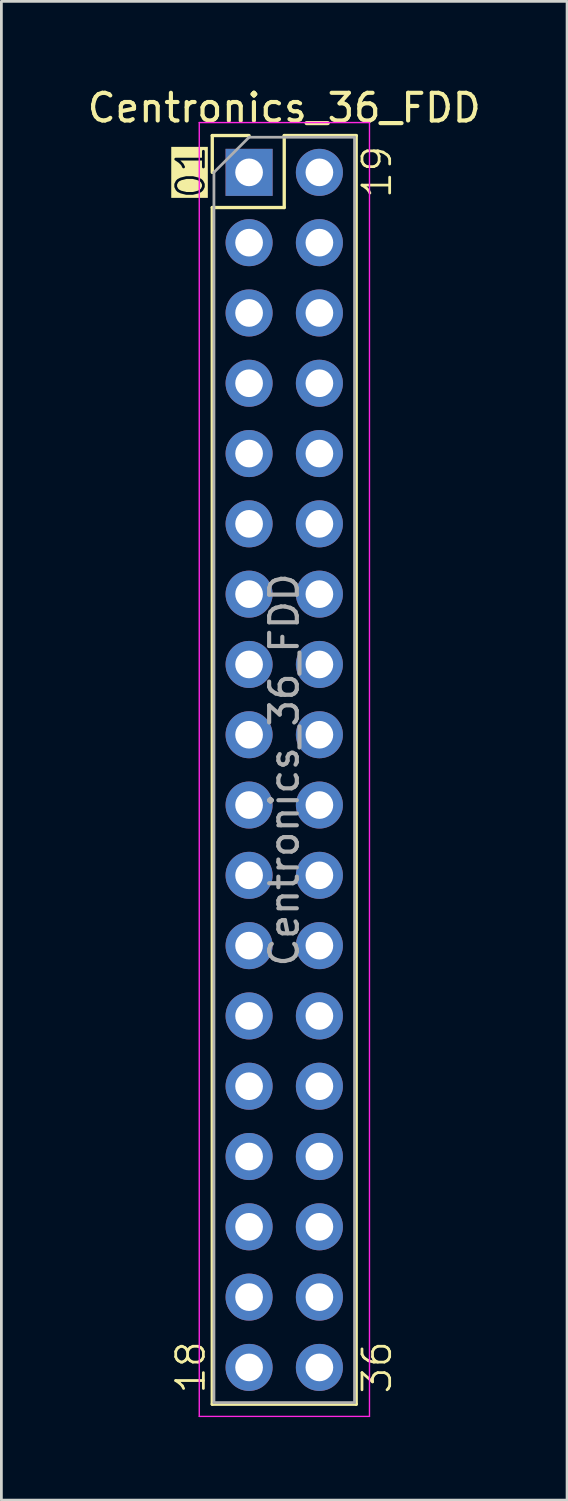
<source format=kicad_pcb>
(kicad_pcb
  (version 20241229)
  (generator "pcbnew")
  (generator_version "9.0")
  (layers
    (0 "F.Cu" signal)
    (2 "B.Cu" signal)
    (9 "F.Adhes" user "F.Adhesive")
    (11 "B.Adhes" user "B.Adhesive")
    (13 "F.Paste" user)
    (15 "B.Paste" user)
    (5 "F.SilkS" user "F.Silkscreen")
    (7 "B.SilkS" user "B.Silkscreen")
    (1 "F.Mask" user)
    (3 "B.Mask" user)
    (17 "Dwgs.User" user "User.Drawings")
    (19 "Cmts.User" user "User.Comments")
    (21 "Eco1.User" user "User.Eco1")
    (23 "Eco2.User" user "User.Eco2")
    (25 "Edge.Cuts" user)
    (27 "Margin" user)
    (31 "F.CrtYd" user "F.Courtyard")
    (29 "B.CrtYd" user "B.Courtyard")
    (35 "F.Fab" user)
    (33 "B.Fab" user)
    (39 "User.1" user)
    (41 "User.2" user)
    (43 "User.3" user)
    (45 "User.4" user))
  (footprint "Centronics_36_FDD"
    (layer "F.Cu")
    (at 5.95 3.178)
    (property "Reference" "Centronics_36_FDD" (at 1.27 -2.33 0) (layer "F.SilkS") (effects (font (size 1 1) (thickness 0.15))))
    (attr through_hole)
    (fp_line (start -1.33 -1.33) (end 0 -1.33) (stroke (width 0.12) (type solid)) (layer "F.SilkS"))
    (fp_line (start -1.33 0) (end -1.33 -1.33) (stroke (width 0.12) (type solid)) (layer "F.SilkS"))
    (fp_line (start -1.33 1.27) (end -1.33 44.51) (stroke (width 0.12) (type solid)) (layer "F.SilkS"))
    (fp_line (start -1.33 1.27) (end 1.27 1.27) (stroke (width 0.12) (type solid)) (layer "F.SilkS"))
    (fp_line (start -1.33 44.51) (end 3.87 44.51) (stroke (width 0.12) (type solid)) (layer "F.SilkS"))
    (fp_line (start 1.27 -1.33) (end 3.87 -1.33) (stroke (width 0.12) (type solid)) (layer "F.SilkS"))
    (fp_line (start 1.27 1.27) (end 1.27 -1.33) (stroke (width 0.12) (type solid)) (layer "F.SilkS"))
    (fp_line (start 3.87 -1.33) (end 3.87 44.51) (stroke (width 0.12) (type solid)) (layer "F.SilkS"))
    (fp_line (start -1.8 -1.8) (end -1.8 44.95) (stroke (width 0.05) (type solid)) (layer "F.CrtYd"))
    (fp_line (start -1.8 44.95) (end 4.35 44.95) (stroke (width 0.05) (type solid)) (layer "F.CrtYd"))
    (fp_line (start 4.35 -1.8) (end -1.8 -1.8) (stroke (width 0.05) (type solid)) (layer "F.CrtYd"))
    (fp_line (start 4.35 44.95) (end 4.35 -1.8) (stroke (width 0.05) (type solid)) (layer "F.CrtYd"))
    (fp_line (start -1.27 0) (end 0 -1.27) (stroke (width 0.1) (type solid)) (layer "F.Fab"))
    (fp_line (start -1.27 44.45) (end -1.27 0) (stroke (width 0.1) (type solid)) (layer "F.Fab"))
    (fp_line (start 0 -1.27) (end 3.81 -1.27) (stroke (width 0.1) (type solid)) (layer "F.Fab"))
    (fp_line (start 3.81 -1.27) (end 3.81 44.45) (stroke (width 0.1) (type solid)) (layer "F.Fab"))
    (fp_line (start 3.81 44.45) (end -1.27 44.45) (stroke (width 0.1) (type solid)) (layer "F.Fab"))
    (fp_text user "18" (at -1.524 44.196 90) (unlocked yes) (layer "F.SilkS") (effects (font (size 1 1) (thickness 0.1)) (justify left bottom)))
    (fp_text user "01" (at -1.524 1.016 90) (unlocked yes) (layer "F.SilkS" knockout) (effects (font (size 1 1) (thickness 0.1)) (justify left bottom)))
    (fp_text user "19" (at 5.207 1.002 90) (unlocked yes) (layer "F.SilkS") (effects (font (size 1 1) (thickness 0.1)) (justify left bottom)))
    (fp_text user "36" (at 5.207 44.196 90) (unlocked yes) (layer "F.SilkS") (effects (font (size 1 1) (thickness 0.1)) (justify left bottom)))
    (fp_text user "${REFERENCE}" (at 1.27 21.59 90) (layer "F.Fab") (effects (font (size 1 1) (thickness 0.15))))
    (pad "1" thru_hole rect (at 0 0) (size 1.7 1.7) (drill 1) (layers "*.Cu" "*.Mask"))
    (pad "2" thru_hole oval (at 0 2.54) (size 1.7 1.7) (drill 1) (layers "*.Cu" "*.Mask"))
    (pad "3" thru_hole oval (at 0 5.08) (size 1.7 1.7) (drill 1) (layers "*.Cu" "*.Mask"))
    (pad "4" thru_hole oval (at 0 7.62) (size 1.7 1.7) (drill 1) (layers "*.Cu" "*.Mask"))
    (pad "5" thru_hole oval (at 0 10.16) (size 1.7 1.7) (drill 1) (layers "*.Cu" "*.Mask"))
    (pad "6" thru_hole oval (at 0 12.7) (size 1.7 1.7) (drill 1) (layers "*.Cu" "*.Mask"))
    (pad "7" thru_hole oval (at 0 15.24) (size 1.7 1.7) (drill 1) (layers "*.Cu" "*.Mask"))
    (pad "8" thru_hole oval (at 0 17.78) (size 1.7 1.7) (drill 1) (layers "*.Cu" "*.Mask"))
    (pad "9" thru_hole oval (at 0 20.32) (size 1.7 1.7) (drill 1) (layers "*.Cu" "*.Mask"))
    (pad "10" thru_hole oval (at 0 22.86) (size 1.7 1.7) (drill 1) (layers "*.Cu" "*.Mask"))
    (pad "11" thru_hole oval (at 0 25.4) (size 1.7 1.7) (drill 1) (layers "*.Cu" "*.Mask"))
    (pad "12" thru_hole oval (at 0 27.94) (size 1.7 1.7) (drill 1) (layers "*.Cu" "*.Mask"))
    (pad "13" thru_hole oval (at 0 30.48) (size 1.7 1.7) (drill 1) (layers "*.Cu" "*.Mask"))
    (pad "14" thru_hole oval (at 0 33.02) (size 1.7 1.7) (drill 1) (layers "*.Cu" "*.Mask"))
    (pad "15" thru_hole oval (at 0 35.56) (size 1.7 1.7) (drill 1) (layers "*.Cu" "*.Mask"))
    (pad "16" thru_hole oval (at 0 38.1) (size 1.7 1.7) (drill 1) (layers "*.Cu" "*.Mask"))
    (pad "17" thru_hole oval (at 0 40.64) (size 1.7 1.7) (drill 1) (layers "*.Cu" "*.Mask"))
    (pad "18" thru_hole oval (at 0 43.18) (size 1.7 1.7) (drill 1) (layers "*.Cu" "*.Mask"))
    (pad "19" thru_hole oval (at 2.54 0) (size 1.7 1.7) (drill 1) (layers "*.Cu" "*.Mask"))
    (pad "20" thru_hole oval (at 2.54 2.54) (size 1.7 1.7) (drill 1) (layers "*.Cu" "*.Mask"))
    (pad "21" thru_hole oval (at 2.54 5.08) (size 1.7 1.7) (drill 1) (layers "*.Cu" "*.Mask"))
    (pad "22" thru_hole oval (at 2.54 7.62) (size 1.7 1.7) (drill 1) (layers "*.Cu" "*.Mask"))
    (pad "23" thru_hole oval (at 2.54 10.16) (size 1.7 1.7) (drill 1) (layers "*.Cu" "*.Mask"))
    (pad "24" thru_hole oval (at 2.54 12.7) (size 1.7 1.7) (drill 1) (layers "*.Cu" "*.Mask"))
    (pad "25" thru_hole oval (at 2.54 15.24) (size 1.7 1.7) (drill 1) (layers "*.Cu" "*.Mask"))
    (pad "26" thru_hole oval (at 2.54 17.78) (size 1.7 1.7) (drill 1) (layers "*.Cu" "*.Mask"))
    (pad "27" thru_hole oval (at 2.54 20.32) (size 1.7 1.7) (drill 1) (layers "*.Cu" "*.Mask"))
    (pad "28" thru_hole oval (at 2.54 22.86) (size 1.7 1.7) (drill 1) (layers "*.Cu" "*.Mask"))
    (pad "29" thru_hole oval (at 2.54 25.4) (size 1.7 1.7) (drill 1) (layers "*.Cu" "*.Mask"))
    (pad "30" thru_hole oval (at 2.54 27.94) (size 1.7 1.7) (drill 1) (layers "*.Cu" "*.Mask"))
    (pad "31" thru_hole oval (at 2.54 30.48) (size 1.7 1.7) (drill 1) (layers "*.Cu" "*.Mask"))
    (pad "32" thru_hole oval (at 2.54 33.02) (size 1.7 1.7) (drill 1) (layers "*.Cu" "*.Mask"))
    (pad "33" thru_hole oval (at 2.54 35.56) (size 1.7 1.7) (drill 1) (layers "*.Cu" "*.Mask"))
    (pad "34" thru_hole oval (at 2.54 38.1) (size 1.7 1.7) (drill 1) (layers "*.Cu" "*.Mask"))
    (pad "35" thru_hole oval (at 2.54 40.64) (size 1.7 1.7) (drill 1) (layers "*.Cu" "*.Mask"))
    (pad "36" thru_hole oval (at 2.54 43.18) (size 1.7 1.7) (drill 1) (layers "*.Cu" "*.Mask")))
  (gr_rect
    (start -3 -3)
    (end 17.44 51.153)
    (stroke (width 0.1) (type default))
    (fill no)
    (layer "Edge.Cuts")))
</source>
